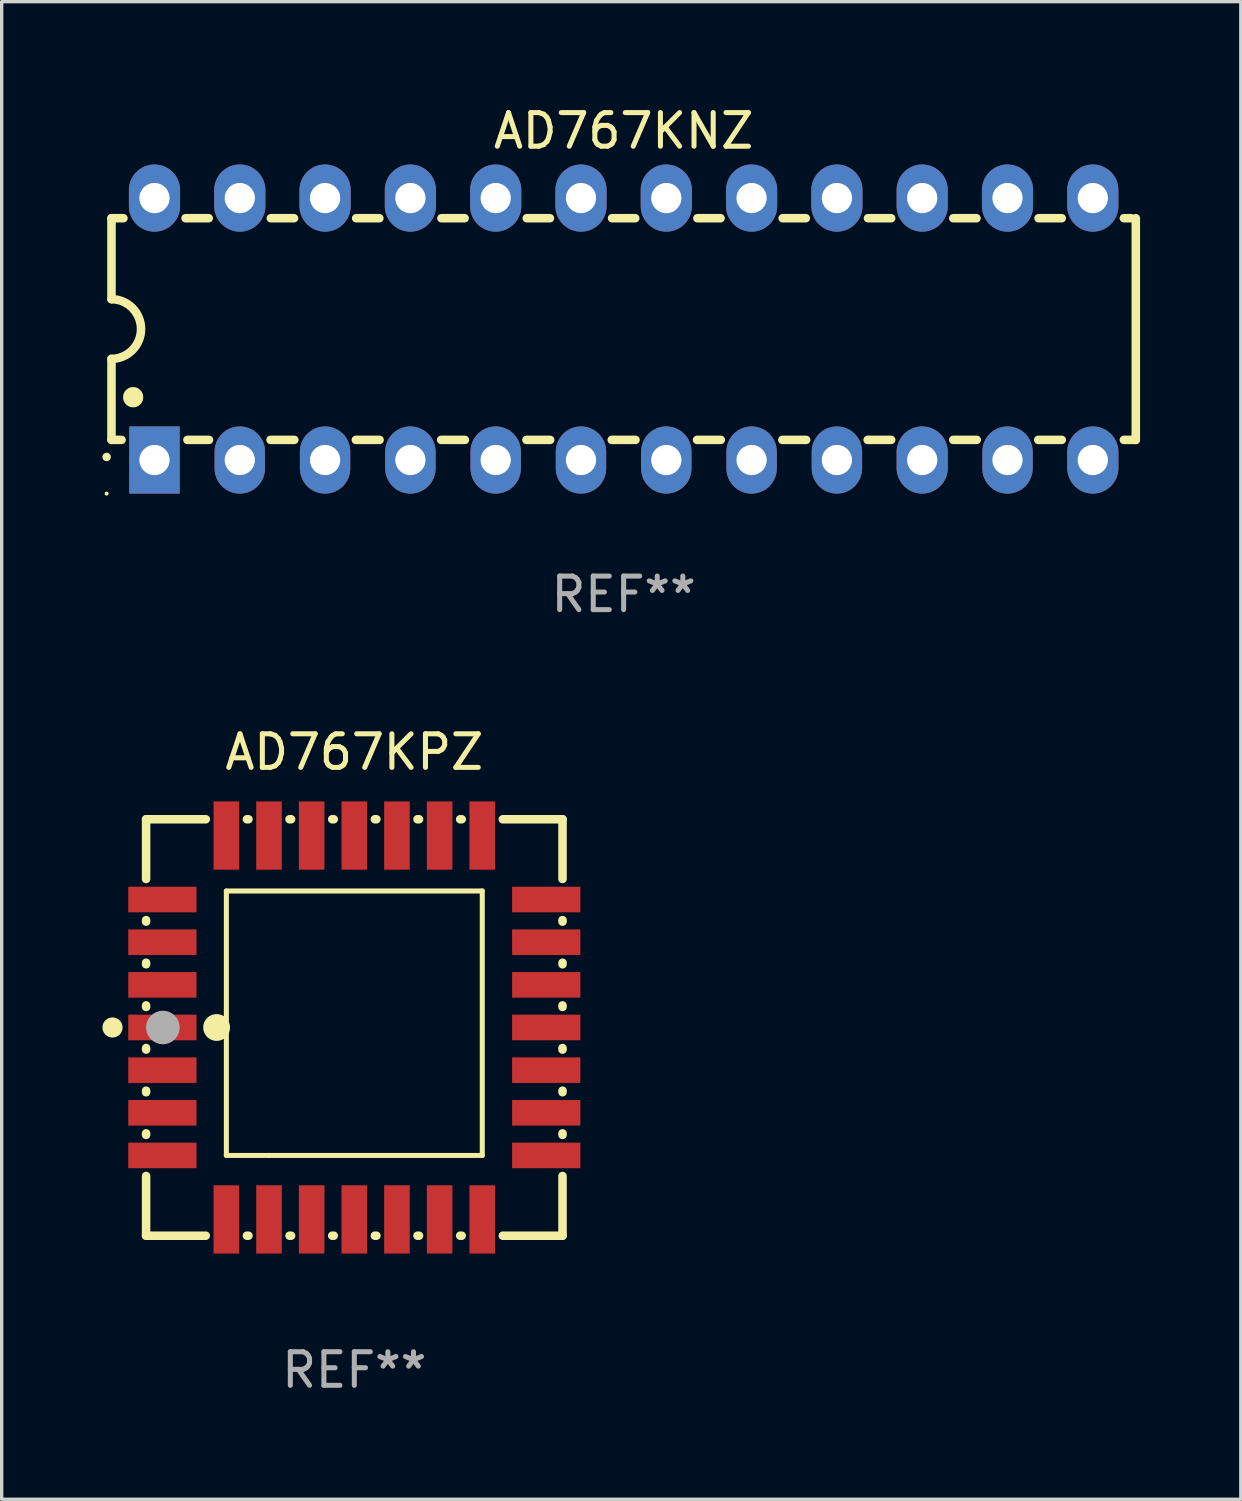
<source format=kicad_pcb>
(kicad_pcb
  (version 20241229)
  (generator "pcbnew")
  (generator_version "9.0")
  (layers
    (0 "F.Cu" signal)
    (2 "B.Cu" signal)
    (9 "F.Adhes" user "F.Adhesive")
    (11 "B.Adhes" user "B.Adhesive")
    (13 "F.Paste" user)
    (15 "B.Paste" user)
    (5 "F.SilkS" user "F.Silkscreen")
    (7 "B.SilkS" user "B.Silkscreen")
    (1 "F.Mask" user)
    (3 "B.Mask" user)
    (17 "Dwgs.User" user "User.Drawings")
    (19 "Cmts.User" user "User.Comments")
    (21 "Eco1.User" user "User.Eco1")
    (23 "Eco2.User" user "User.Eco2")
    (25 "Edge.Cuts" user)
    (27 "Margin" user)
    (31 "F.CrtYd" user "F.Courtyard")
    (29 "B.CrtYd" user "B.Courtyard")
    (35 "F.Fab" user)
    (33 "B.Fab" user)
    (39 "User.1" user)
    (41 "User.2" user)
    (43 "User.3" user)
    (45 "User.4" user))
  (footprint "AD767KPZ"
    (layer "F.Cu")
    (at 7.5 27.545)
    (property "Reference" "AD767KPZ" (at 0 -8.2 0) (layer "F.SilkS") (effects (font (size 1 1) (thickness 0.15))))
    (attr through_hole)
    (fp_line (start -6.2 -6.2) (end -4.422 -6.2) (stroke (width 0.254) (type solid)) (layer "F.SilkS"))
    (fp_line (start -6.2 -4.422) (end -6.2 -6.2) (stroke (width 0.254) (type solid)) (layer "F.SilkS"))
    (fp_line (start -6.2 -3.152) (end -6.2 -3.198) (stroke (width 0.254) (type solid)) (layer "F.SilkS"))
    (fp_line (start -6.2 -1.882) (end -6.2 -1.928) (stroke (width 0.254) (type solid)) (layer "F.SilkS"))
    (fp_line (start -6.2 -0.612) (end -6.2 -0.658) (stroke (width 0.254) (type solid)) (layer "F.SilkS"))
    (fp_line (start -6.2 0.658) (end -6.2 0.612) (stroke (width 0.254) (type solid)) (layer "F.SilkS"))
    (fp_line (start -6.2 1.928) (end -6.2 1.882) (stroke (width 0.254) (type solid)) (layer "F.SilkS"))
    (fp_line (start -6.2 3.198) (end -6.2 3.152) (stroke (width 0.254) (type solid)) (layer "F.SilkS"))
    (fp_line (start -6.2 6.2) (end -6.2 4.422) (stroke (width 0.254) (type solid)) (layer "F.SilkS"))
    (fp_line (start -4.422 6.2) (end -6.2 6.2) (stroke (width 0.254) (type solid)) (layer "F.SilkS"))
    (fp_line (start -3.81 -4.064) (end 3.81 -4.064) (stroke (width 0.15) (type solid)) (layer "F.SilkS"))
    (fp_line (start -3.81 3.81) (end -3.81 -4.064) (stroke (width 0.15) (type solid)) (layer "F.SilkS"))
    (fp_line (start -3.198 -6.2) (end -3.152 -6.2) (stroke (width 0.254) (type solid)) (layer "F.SilkS"))
    (fp_line (start -3.152 6.2) (end -3.198 6.2) (stroke (width 0.254) (type solid)) (layer "F.SilkS"))
    (fp_line (start -2.54 3.81) (end -3.81 3.81) (stroke (width 0.15) (type solid)) (layer "F.SilkS"))
    (fp_line (start -1.928 -6.2) (end -1.882 -6.2) (stroke (width 0.254) (type solid)) (layer "F.SilkS"))
    (fp_line (start -1.882 6.2) (end -1.928 6.2) (stroke (width 0.254) (type solid)) (layer "F.SilkS"))
    (fp_line (start -0.658 -6.2) (end -0.612 -6.2) (stroke (width 0.254) (type solid)) (layer "F.SilkS"))
    (fp_line (start -0.612 6.2) (end -0.658 6.2) (stroke (width 0.254) (type solid)) (layer "F.SilkS"))
    (fp_line (start 0.612 -6.2) (end 0.658 -6.2) (stroke (width 0.254) (type solid)) (layer "F.SilkS"))
    (fp_line (start 0.658 6.2) (end 0.612 6.2) (stroke (width 0.254) (type solid)) (layer "F.SilkS"))
    (fp_line (start 1.882 -6.2) (end 1.928 -6.2) (stroke (width 0.254) (type solid)) (layer "F.SilkS"))
    (fp_line (start 1.928 6.2) (end 1.882 6.2) (stroke (width 0.254) (type solid)) (layer "F.SilkS"))
    (fp_line (start 3.152 -6.2) (end 3.198 -6.2) (stroke (width 0.254) (type solid)) (layer "F.SilkS"))
    (fp_line (start 3.198 6.2) (end 3.152 6.2) (stroke (width 0.254) (type solid)) (layer "F.SilkS"))
    (fp_line (start 3.81 -4.064) (end 3.81 3.81) (stroke (width 0.15) (type solid)) (layer "F.SilkS"))
    (fp_line (start 3.81 3.81) (end -2.54 3.81) (stroke (width 0.15) (type solid)) (layer "F.SilkS"))
    (fp_line (start 4.422 -6.2) (end 6.2 -6.2) (stroke (width 0.254) (type solid)) (layer "F.SilkS"))
    (fp_line (start 6.2 -6.2) (end 6.2 -4.422) (stroke (width 0.254) (type solid)) (layer "F.SilkS"))
    (fp_line (start 6.2 -3.198) (end 6.2 -3.152) (stroke (width 0.254) (type solid)) (layer "F.SilkS"))
    (fp_line (start 6.2 -1.928) (end 6.2 -1.882) (stroke (width 0.254) (type solid)) (layer "F.SilkS"))
    (fp_line (start 6.2 -0.658) (end 6.2 -0.612) (stroke (width 0.254) (type solid)) (layer "F.SilkS"))
    (fp_line (start 6.2 0.612) (end 6.2 0.658) (stroke (width 0.254) (type solid)) (layer "F.SilkS"))
    (fp_line (start 6.2 1.882) (end 6.2 1.928) (stroke (width 0.254) (type solid)) (layer "F.SilkS"))
    (fp_line (start 6.2 3.152) (end 6.2 3.198) (stroke (width 0.254) (type solid)) (layer "F.SilkS"))
    (fp_line (start 6.2 4.422) (end 6.2 6.2) (stroke (width 0.254) (type solid)) (layer "F.SilkS"))
    (fp_line (start 6.2 6.2) (end 4.422 6.2) (stroke (width 0.254) (type solid)) (layer "F.SilkS"))
    (fp_circle (center -7.2 0) (end -7.05 0) (stroke (width 0.3) (type solid)) (fill no) (layer "F.SilkS"))
    (fp_circle (center -6.223 6.223) (end -6.193 6.223) (stroke (width 0.06) (type solid)) (fill no) (layer "F.SilkS"))
    (fp_circle (center -4.1 0) (end -3.9 0) (stroke (width 0.4) (type solid)) (fill no) (layer "F.SilkS"))
    (fp_circle (center -5.7 0) (end -5.45 0) (stroke (width 0.5) (type solid)) (fill no) (layer "F.Fab"))
    (fp_text user "REF**" (at 0 10.2 0) (layer "F.Fab") (effects (font (size 1 1) (thickness 0.15))))
    (pad "1" smd rect (at -5.715 0) (size 2.032 0.762) (layers "F.Cu" "F.Mask" "F.Paste"))
    (pad "2" smd rect (at -5.715 1.27) (size 2.032 0.762) (layers "F.Cu" "F.Mask" "F.Paste"))
    (pad "3" smd rect (at -5.715 2.54) (size 2.032 0.762) (layers "F.Cu" "F.Mask" "F.Paste"))
    (pad "4" smd rect (at -5.715 3.81) (size 2.032 0.762) (layers "F.Cu" "F.Mask" "F.Paste"))
    (pad "5" smd rect (at -3.81 5.715) (size 0.762 2.032) (layers "F.Cu" "F.Mask" "F.Paste"))
    (pad "6" smd rect (at -2.54 5.715) (size 0.762 2.032) (layers "F.Cu" "F.Mask" "F.Paste"))
    (pad "7" smd rect (at -1.27 5.715) (size 0.762 2.032) (layers "F.Cu" "F.Mask" "F.Paste"))
    (pad "8" smd rect (at 0 5.715) (size 0.762 2.032) (layers "F.Cu" "F.Mask" "F.Paste"))
    (pad "9" smd rect (at 1.27 5.715) (size 0.762 2.032) (layers "F.Cu" "F.Mask" "F.Paste"))
    (pad "10" smd rect (at 2.54 5.715) (size 0.762 2.032) (layers "F.Cu" "F.Mask" "F.Paste"))
    (pad "11" smd rect (at 3.81 5.715) (size 0.762 2.032) (layers "F.Cu" "F.Mask" "F.Paste"))
    (pad "12" smd rect (at 5.715 3.81) (size 2.032 0.762) (layers "F.Cu" "F.Mask" "F.Paste"))
    (pad "13" smd rect (at 5.715 2.54) (size 2.032 0.762) (layers "F.Cu" "F.Mask" "F.Paste"))
    (pad "14" smd rect (at 5.715 1.27) (size 2.032 0.762) (layers "F.Cu" "F.Mask" "F.Paste"))
    (pad "15" smd rect (at 5.715 0) (size 2.032 0.762) (layers "F.Cu" "F.Mask" "F.Paste"))
    (pad "16" smd rect (at 5.715 -1.27) (size 2.032 0.762) (layers "F.Cu" "F.Mask" "F.Paste"))
    (pad "17" smd rect (at 5.715 -2.54) (size 2.032 0.762) (layers "F.Cu" "F.Mask" "F.Paste"))
    (pad "18" smd rect (at 5.715 -3.81) (size 2.032 0.762) (layers "F.Cu" "F.Mask" "F.Paste"))
    (pad "19" smd rect (at 3.81 -5.715) (size 0.762 2.032) (layers "F.Cu" "F.Mask" "F.Paste"))
    (pad "20" smd rect (at 2.54 -5.715) (size 0.762 2.032) (layers "F.Cu" "F.Mask" "F.Paste"))
    (pad "21" smd rect (at 1.27 -5.715) (size 0.762 2.032) (layers "F.Cu" "F.Mask" "F.Paste"))
    (pad "22" smd rect (at 0 -5.715) (size 0.762 2.032) (layers "F.Cu" "F.Mask" "F.Paste"))
    (pad "23" smd rect (at -1.27 -5.715) (size 0.762 2.032) (layers "F.Cu" "F.Mask" "F.Paste"))
    (pad "24" smd rect (at -2.54 -5.715) (size 0.762 2.032) (layers "F.Cu" "F.Mask" "F.Paste"))
    (pad "25" smd rect (at -3.81 -5.715) (size 0.762 2.032) (layers "F.Cu" "F.Mask" "F.Paste"))
    (pad "26" smd rect (at -5.715 -3.81) (size 2.032 0.762) (layers "F.Cu" "F.Mask" "F.Paste"))
    (pad "27" smd rect (at -5.715 -2.54) (size 2.032 0.762) (layers "F.Cu" "F.Mask" "F.Paste"))
    (pad "28" smd rect (at -5.715 -1.27) (size 2.032 0.762) (layers "F.Cu" "F.Mask" "F.Paste")))
  (footprint "AD767KNZ"
    (layer "F.Cu")
    (at 15.52 6.748)
    (property "Reference" "AD767KNZ" (at 0 -5.9 0) (layer "F.SilkS") (effects (font (size 1 1) (thickness 0.15))))
    (attr through_hole)
    (fp_line (start -15.25 -3.3) (end -15.25 -0.889) (stroke (width 0.254) (type solid)) (layer "F.SilkS"))
    (fp_line (start -15.25 -3.3) (end -14.895 -3.3) (stroke (width 0.254) (type solid)) (layer "F.SilkS"))
    (fp_line (start -15.25 3.3) (end -15.25 0.889) (stroke (width 0.254) (type solid)) (layer "F.SilkS"))
    (fp_line (start -15.25 3.3) (end -14.951 3.3) (stroke (width 0.254) (type solid)) (layer "F.SilkS"))
    (fp_line (start -13.045 -3.3) (end -12.355 -3.3) (stroke (width 0.254) (type solid)) (layer "F.SilkS"))
    (fp_line (start -12.989 3.3) (end -12.347 3.3) (stroke (width 0.254) (type solid)) (layer "F.SilkS"))
    (fp_line (start -10.514 3.3) (end -9.807 3.3) (stroke (width 0.254) (type solid)) (layer "F.SilkS"))
    (fp_line (start -10.505 -3.3) (end -9.815 -3.3) (stroke (width 0.254) (type solid)) (layer "F.SilkS"))
    (fp_line (start -7.974 3.3) (end -7.267 3.3) (stroke (width 0.254) (type solid)) (layer "F.SilkS"))
    (fp_line (start -7.965 -3.3) (end -7.275 -3.3) (stroke (width 0.254) (type solid)) (layer "F.SilkS"))
    (fp_line (start -5.434 3.3) (end -4.727 3.3) (stroke (width 0.254) (type solid)) (layer "F.SilkS"))
    (fp_line (start -5.425 -3.3) (end -4.735 -3.3) (stroke (width 0.254) (type solid)) (layer "F.SilkS"))
    (fp_line (start -2.894 3.3) (end -2.187 3.3) (stroke (width 0.254) (type solid)) (layer "F.SilkS"))
    (fp_line (start -2.885 -3.3) (end -2.195 -3.3) (stroke (width 0.254) (type solid)) (layer "F.SilkS"))
    (fp_line (start -0.354 3.3) (end 0.353 3.3) (stroke (width 0.254) (type solid)) (layer "F.SilkS"))
    (fp_line (start -0.345 -3.3) (end 0.345 -3.3) (stroke (width 0.254) (type solid)) (layer "F.SilkS"))
    (fp_line (start 2.186 3.3) (end 2.893 3.3) (stroke (width 0.254) (type solid)) (layer "F.SilkS"))
    (fp_line (start 2.195 -3.3) (end 2.885 -3.3) (stroke (width 0.254) (type solid)) (layer "F.SilkS"))
    (fp_line (start 4.726 3.3) (end 5.434 3.3) (stroke (width 0.254) (type solid)) (layer "F.SilkS"))
    (fp_line (start 4.735 -3.3) (end 5.425 -3.3) (stroke (width 0.254) (type solid)) (layer "F.SilkS"))
    (fp_line (start 7.266 3.3) (end 7.965 3.3) (stroke (width 0.254) (type solid)) (layer "F.SilkS"))
    (fp_line (start 7.275 -3.3) (end 7.965 -3.3) (stroke (width 0.254) (type solid)) (layer "F.SilkS"))
    (fp_line (start 9.815 -3.3) (end 10.505 -3.3) (stroke (width 0.254) (type solid)) (layer "F.SilkS"))
    (fp_line (start 9.815 3.3) (end 10.514 3.3) (stroke (width 0.254) (type solid)) (layer "F.SilkS"))
    (fp_line (start 12.346 3.3) (end 13.045 3.3) (stroke (width 0.254) (type solid)) (layer "F.SilkS"))
    (fp_line (start 12.355 -3.3) (end 13.045 -3.3) (stroke (width 0.254) (type solid)) (layer "F.SilkS"))
    (fp_line (start 14.895 -3.3) (end 15.113 -3.3) (stroke (width 0.254) (type solid)) (layer "F.SilkS"))
    (fp_line (start 14.895 3.3) (end 15.25 3.3) (stroke (width 0.254) (type solid)) (layer "F.SilkS"))
    (fp_line (start 15.25 -3.3) (end 15.25 3.3) (stroke (width 0.254) (type solid)) (layer "F.SilkS"))
    (fp_arc (start -15.394971 3.810033) (mid -15.394978 3.808763) (end -15.394971 3.807493) (stroke (width 0.25) (type solid)) (layer "F.SilkS"))
    (fp_arc (start -15.251053 -0.890146) (mid -14.361467 -0.001067) (end -15.250038 0.889027) (stroke (width 0.254001) (type solid)) (layer "F.SilkS"))
    (fp_arc (start -14.605029 2.032029) (mid -14.60504 2.029489) (end -14.605029 2.026949) (stroke (width 0.6) (type solid)) (layer "F.SilkS"))
    (fp_circle (center -15.395 4.9) (end -15.365 4.9) (stroke (width 0.06) (type solid)) (fill no) (layer "F.SilkS"))
    (fp_text user "REF**" (at 0 7.9 0) (layer "F.Fab") (effects (font (size 1 1) (thickness 0.15))))
    (pad "1" thru_hole rect (at -13.97 3.9 90) (size 2 1.5) (drill 0.9) (layers "*.Cu" "*.Mask"))
    (pad "2" thru_hole oval (at -11.43 3.9 90) (size 2 1.5) (drill 0.9) (layers "*.Cu" "*.Mask"))
    (pad "3" thru_hole oval (at -8.89 3.9 90) (size 2 1.5) (drill 0.9) (layers "*.Cu" "*.Mask"))
    (pad "4" thru_hole oval (at -6.35 3.9 90) (size 2 1.5) (drill 0.9) (layers "*.Cu" "*.Mask"))
    (pad "5" thru_hole oval (at -3.81 3.9 90) (size 2 1.5) (drill 0.9) (layers "*.Cu" "*.Mask"))
    (pad "6" thru_hole oval (at -1.27 3.9 90) (size 2 1.5) (drill 0.9) (layers "*.Cu" "*.Mask"))
    (pad "7" thru_hole oval (at 1.27 3.9 90) (size 2 1.5) (drill 0.9) (layers "*.Cu" "*.Mask"))
    (pad "8" thru_hole oval (at 3.81 3.9 90) (size 2 1.5) (drill 0.9) (layers "*.Cu" "*.Mask"))
    (pad "9" thru_hole oval (at 6.35 3.9 90) (size 2 1.5) (drill 0.9) (layers "*.Cu" "*.Mask"))
    (pad "10" thru_hole oval (at 8.89 3.9 90) (size 2 1.524) (drill 0.9) (layers "*.Cu" "*.Mask"))
    (pad "11" thru_hole oval (at 11.43 3.9 90) (size 2 1.5) (drill 0.9) (layers "*.Cu" "*.Mask"))
    (pad "12" thru_hole oval (at 13.97 3.9 90) (size 2 1.524) (drill 0.9) (layers "*.Cu" "*.Mask"))
    (pad "13" thru_hole oval (at 13.97 -3.9 90) (size 2 1.524) (drill 0.9) (layers "*.Cu" "*.Mask"))
    (pad "14" thru_hole oval (at 11.43 -3.9 90) (size 2 1.524) (drill 0.9) (layers "*.Cu" "*.Mask"))
    (pad "15" thru_hole oval (at 8.89 -3.9 90) (size 2 1.524) (drill 0.9) (layers "*.Cu" "*.Mask"))
    (pad "16" thru_hole oval (at 6.35 -3.9 90) (size 2 1.524) (drill 0.9) (layers "*.Cu" "*.Mask"))
    (pad "17" thru_hole oval (at 3.81 -3.9 90) (size 2 1.524) (drill 0.9) (layers "*.Cu" "*.Mask"))
    (pad "18" thru_hole oval (at 1.27 -3.9 90) (size 2 1.524) (drill 0.9) (layers "*.Cu" "*.Mask"))
    (pad "19" thru_hole oval (at -1.27 -3.9 90) (size 2 1.524) (drill 0.9) (layers "*.Cu" "*.Mask"))
    (pad "20" thru_hole oval (at -3.81 -3.9 90) (size 2 1.524) (drill 0.9) (layers "*.Cu" "*.Mask"))
    (pad "21" thru_hole oval (at -6.35 -3.9 90) (size 2 1.524) (drill 0.9) (layers "*.Cu" "*.Mask"))
    (pad "22" thru_hole oval (at -8.89 -3.9 90) (size 2 1.524) (drill 0.9) (layers "*.Cu" "*.Mask"))
    (pad "23" thru_hole oval (at -11.43 -3.9 90) (size 2 1.524) (drill 0.9) (layers "*.Cu" "*.Mask"))
    (pad "24" thru_hole oval (at -13.97 -3.9 90) (size 2 1.524) (drill 0.9) (layers "*.Cu" "*.Mask")))
  (gr_rect
    (start -3 -3)
    (end 33.897 41.593)
    (stroke (width 0.1) (type default))
    (fill no)
    (layer "Edge.Cuts")))
</source>
